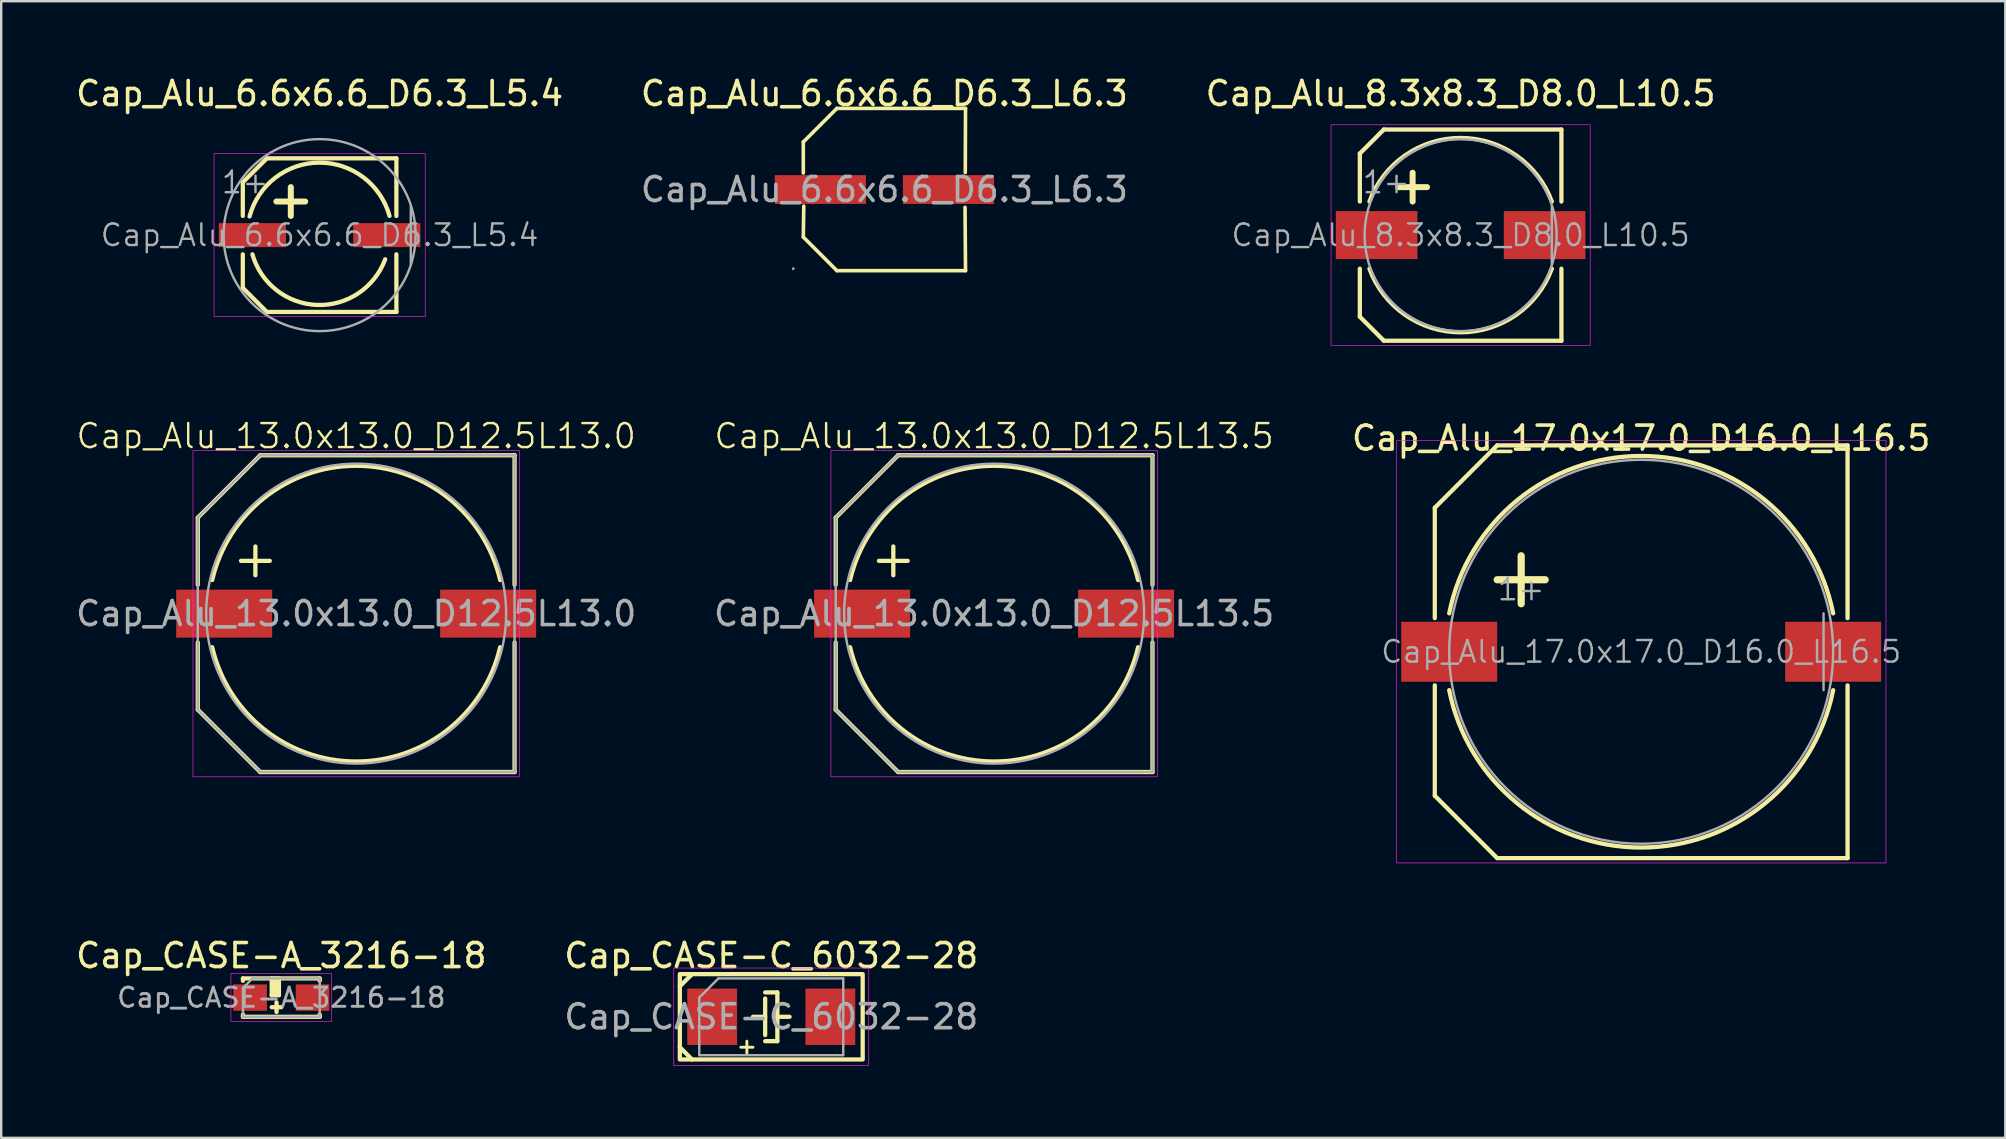
<source format=kicad_pcb>
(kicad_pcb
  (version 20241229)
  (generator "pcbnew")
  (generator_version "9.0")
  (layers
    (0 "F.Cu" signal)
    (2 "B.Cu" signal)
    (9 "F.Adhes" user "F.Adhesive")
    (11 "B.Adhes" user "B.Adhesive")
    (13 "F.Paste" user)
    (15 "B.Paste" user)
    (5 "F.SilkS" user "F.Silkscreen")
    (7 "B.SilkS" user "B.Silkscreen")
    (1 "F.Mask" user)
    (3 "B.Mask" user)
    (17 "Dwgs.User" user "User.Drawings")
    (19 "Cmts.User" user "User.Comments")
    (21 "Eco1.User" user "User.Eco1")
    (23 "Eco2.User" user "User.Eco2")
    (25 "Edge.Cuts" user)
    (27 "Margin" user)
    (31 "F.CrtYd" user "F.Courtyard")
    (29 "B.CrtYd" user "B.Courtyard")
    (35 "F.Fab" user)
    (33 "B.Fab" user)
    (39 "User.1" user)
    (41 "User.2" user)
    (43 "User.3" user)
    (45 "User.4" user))
  (footprint "Cap_CASE-C_6032-28"
    (layer "F.Cu")
    (at 29.089 39.32)
    (property "Reference" "Cap_CASE-C_6032-28" (at 0 -2.55 0) (layer "F.SilkS") (effects (font (size 1 1) (thickness 0.15))))
    (attr smd)
    (fp_line (start -3.81 -1.27) (end -3.302 -1.778) (stroke (width 0.178) (type solid)) (layer "F.SilkS"))
    (fp_line (start -3.81 1.27) (end -3.302 1.778) (stroke (width 0.178) (type solid)) (layer "F.SilkS"))
    (fp_line (start -1.27 1.27) (end -0.762 1.27) (stroke (width 0.12) (type solid)) (layer "F.SilkS"))
    (fp_line (start -1.016 1.016) (end -1.016 1.524) (stroke (width 0.12) (type solid)) (layer "F.SilkS"))
    (fp_line (start -0.762 0) (end -0.254 0) (stroke (width 0.178) (type solid)) (layer "F.SilkS"))
    (fp_line (start -0.254 -1.016) (end 0.254 -1.016) (stroke (width 0.178) (type solid)) (layer "F.SilkS"))
    (fp_line (start -0.254 -0.762) (end -0.254 0.762) (stroke (width 0.178) (type solid)) (layer "F.SilkS"))
    (fp_line (start 0.254 -1.016) (end 0.254 1.016) (stroke (width 0.178) (type solid)) (layer "F.SilkS"))
    (fp_line (start 0.254 1.016) (end -0.254 1.016) (stroke (width 0.178) (type solid)) (layer "F.SilkS"))
    (fp_line (start 0.762 0) (end 0.254 0) (stroke (width 0.178) (type solid)) (layer "F.SilkS"))
    (fp_rect (start 3.81 -1.778) (end -3.81 1.778) (stroke (width 0.178) (type solid)) (fill no) (layer "F.SilkS"))
    (fp_rect (start -4.064 -2.032) (end 4.064 2.032) (stroke (width 0.025) (type solid)) (fill no) (layer "F.CrtYd"))
    (fp_line (start -3 -0.8) (end -3 1.6) (stroke (width 0.1) (type solid)) (layer "F.Fab"))
    (fp_line (start -3 1.6) (end 3 1.6) (stroke (width 0.1) (type solid)) (layer "F.Fab"))
    (fp_line (start -2.2 -1.6) (end -3 -0.8) (stroke (width 0.1) (type solid)) (layer "F.Fab"))
    (fp_line (start 3 -1.6) (end -2.2 -1.6) (stroke (width 0.1) (type solid)) (layer "F.Fab"))
    (fp_line (start 3 1.6) (end 3 -1.6) (stroke (width 0.1) (type solid)) (layer "F.Fab"))
    (fp_text user "${REFERENCE}" (at 0 0 0) (layer "F.Fab") (effects (font (size 1 1) (thickness 0.15))))
    (pad "N" smd rect (at 2.462 0) (size 2.075 2.35) (layers "F.Cu" "F.Mask" "F.Paste"))
    (pad "P" smd rect (at -2.462 0) (size 2.075 2.35) (layers "F.Cu" "F.Mask" "F.Paste")))
  (footprint "Cap_Alu_6.6x6.6_D6.3_L6.3"
    (layer "F.Cu")
    (at 33.804 4.848)
    (property "Reference" "Cap_Alu_6.6x6.6_D6.3_L6.3" (at 0 -4 0) (layer "F.SilkS") (effects (font (size 1 1) (thickness 0.15))))
    (attr smd)
    (fp_line (start -3.38 -1.98) (end -3.38 -0.69) (stroke (width 0.15) (type solid)) (layer "F.SilkS"))
    (fp_line (start -3.38 1.98) (end -3.36 0.69) (stroke (width 0.15) (type solid)) (layer "F.SilkS"))
    (fp_line (start -1.98 -3.38) (end -3.38 -1.98) (stroke (width 0.15) (type solid)) (layer "F.SilkS"))
    (fp_line (start -1.98 3.38) (end -3.38 1.98) (stroke (width 0.15) (type solid)) (layer "F.SilkS"))
    (fp_line (start 3.36 0.74) (end 3.38 3.38) (stroke (width 0.15) (type solid)) (layer "F.SilkS"))
    (fp_line (start 3.37 -0.71) (end 3.38 -3.38) (stroke (width 0.15) (type solid)) (layer "F.SilkS"))
    (fp_line (start 3.38 -3.38) (end -1.98 -3.38) (stroke (width 0.15) (type solid)) (layer "F.SilkS"))
    (fp_line (start 3.38 3.38) (end -1.98 3.38) (stroke (width 0.15) (type solid)) (layer "F.SilkS"))
    (fp_circle (center -3.8 3.3) (end -3.77 3.3) (stroke (width 0.06) (type solid)) (fill no) (layer "F.Fab"))
    (fp_text user "${REFERENCE}" (at 0 0 0) (layer "F.Fab") (effects (font (size 1 1) (thickness 0.15))))
    (pad "N" smd rect (at 2.67 0) (size 3.8 1.2) (layers "F.Cu" "F.Mask" "F.Paste"))
    (pad "P" smd rect (at -2.67 0) (size 3.8 1.2) (layers "F.Cu" "F.Mask" "F.Paste")))
  (footprint "Cap_Alu_6.6x6.6_D6.3_L5.4"
    (layer "F.Cu")
    (at 10.268 6.748)
    (property "Reference" "Cap_Alu_6.6x6.6_D6.3_L5.4" (at 0 -5.9 0) (layer "F.SilkS") (effects (font (size 1 1) (thickness 0.15))))
    (attr smd)
    (fp_line (start -3.2 -2.2) (end -3.2 -0.8) (stroke (width 0.178) (type solid)) (layer "F.SilkS"))
    (fp_line (start -3.2 0.8) (end -3.2 2.2) (stroke (width 0.178) (type solid)) (layer "F.SilkS"))
    (fp_line (start -3.2 2.2) (end -2.2 3.2) (stroke (width 0.178) (type solid)) (layer "F.SilkS"))
    (fp_line (start -2.2 -3.2) (end -3.2 -2.2) (stroke (width 0.178) (type solid)) (layer "F.SilkS"))
    (fp_line (start -2.2 3.2) (end 3.2 3.2) (stroke (width 0.178) (type solid)) (layer "F.SilkS"))
    (fp_line (start -1.8 -1.4) (end -0.6 -1.4) (stroke (width 0.25) (type solid)) (layer "F.SilkS"))
    (fp_line (start -1.2 -2) (end -1.2 -0.8) (stroke (width 0.25) (type solid)) (layer "F.SilkS"))
    (fp_line (start 3.2 -3.2) (end -2.2 -3.2) (stroke (width 0.178) (type solid)) (layer "F.SilkS"))
    (fp_line (start 3.2 -0.8) (end 3.2 -3.2) (stroke (width 0.178) (type solid)) (layer "F.SilkS"))
    (fp_line (start 3.2 3.2) (end 3.2 0.8) (stroke (width 0.178) (type solid)) (layer "F.SilkS"))
    (fp_arc (start -2.919229 -0.778461) (mid -0.011157 -3.02122) (end 2.9134 -0.8) (stroke (width 0.1778) (type solid)) (layer "F.SilkS"))
    (fp_arc (start 2.732496 1.006709) (mid -0.108726 2.910012) (end -2.8 0.8) (stroke (width 0.1778) (type solid)) (layer "F.SilkS"))
    (fp_rect (start -4.4 -3.4) (end 4.4 3.4) (stroke (width 0.025) (type solid)) (fill no) (layer "F.CrtYd"))
    (fp_line (start 3.8 -1.2) (end 3.8 1.2) (stroke (width 0.1) (type solid)) (layer "F.Fab"))
    (fp_circle (center 0 0) (end 4 0) (stroke (width 0.1) (type solid)) (fill no) (layer "F.Fab"))
    (fp_text user "${REFERENCE}" (at 0 0 0) (layer "F.Fab") (effects (font (size 0.9 0.9) (thickness 0.1))))
    (fp_text user "1+" (at -3.1 -2.2 0) (layer "F.Fab") (effects (font (size 0.9 0.9) (thickness 0.1))))
    (pad "N" smd rect (at 2.8 0) (size 2.8 1) (layers "F.Cu" "F.Mask" "F.Paste"))
    (pad "P" smd rect (at -2.8 0) (size 2.8 1) (layers "F.Cu" "F.Mask" "F.Paste")))
  (footprint "Cap_Alu_13.0x13.0_D12.5L13.5"
    (layer "F.Cu")
    (at 38.375 22.521)
    (property "Reference" "Cap_Alu_13.0x13.0_D12.5L13.5" (at 0 -7.4 0) (unlocked yes) (layer "F.SilkS") (effects (font (size 1 1) (thickness 0.1))))
    (attr smd)
    (fp_line (start -6.6 -4) (end -4 -6.6) (stroke (width 0.178) (type default)) (layer "F.SilkS"))
    (fp_line (start -6.6 -1.2) (end -6.6 -4) (stroke (width 0.178) (type default)) (layer "F.SilkS"))
    (fp_line (start -6.6 1.2) (end -6.6 4) (stroke (width 0.178) (type default)) (layer "F.SilkS"))
    (fp_line (start -6.6 4) (end -4 6.6) (stroke (width 0.178) (type default)) (layer "F.SilkS"))
    (fp_line (start -4.8 -2.2) (end -3.6 -2.2) (stroke (width 0.178) (type default)) (layer "F.SilkS"))
    (fp_line (start -4.2 -2.8) (end -4.2 -1.6) (stroke (width 0.178) (type default)) (layer "F.SilkS"))
    (fp_line (start -4 -6.6) (end 6.6 -6.6) (stroke (width 0.178) (type default)) (layer "F.SilkS"))
    (fp_line (start -4 6.6) (end 6.6 6.6) (stroke (width 0.178) (type default)) (layer "F.SilkS"))
    (fp_line (start 6.6 -6.6) (end 6.6 -1.2) (stroke (width 0.178) (type default)) (layer "F.SilkS"))
    (fp_line (start 6.6 6.6) (end 6.6 1.2) (stroke (width 0.178) (type default)) (layer "F.SilkS"))
    (fp_arc (start -5.999999 -1.4) (mid 0 -6.161169) (end 5.999999 -1.4) (stroke (width 0.1778) (type default)) (layer "F.SilkS"))
    (fp_arc (start 5.999999 1.4) (mid 0 6.161169) (end -5.999999 1.4) (stroke (width 0.1778) (type default)) (layer "F.SilkS"))
    (fp_rect (start -6.8 -6.8) (end 6.8 6.8) (stroke (width 0.025) (type default)) (fill no) (layer "F.CrtYd"))
    (fp_line (start -6.6 -4) (end -4 -6.6) (stroke (width 0.1) (type default)) (layer "F.Fab"))
    (fp_line (start -6.6 4) (end -6.6 -4) (stroke (width 0.1) (type default)) (layer "F.Fab"))
    (fp_line (start -4 -6.6) (end 6.6 -6.6) (stroke (width 0.1) (type default)) (layer "F.Fab"))
    (fp_line (start -4 6.6) (end -6.6 4) (stroke (width 0.1) (type default)) (layer "F.Fab"))
    (fp_line (start 6.6 -6.6) (end 6.6 6.6) (stroke (width 0.1) (type default)) (layer "F.Fab"))
    (fp_line (start 6.6 6.6) (end -4 6.6) (stroke (width 0.1) (type default)) (layer "F.Fab"))
    (fp_circle (center 0 0) (end 6.25 0) (stroke (width 0.1) (type default)) (fill no) (layer "F.Fab"))
    (fp_text user "${REFERENCE}" (at 0 0 0) (unlocked yes) (layer "F.Fab") (effects (font (size 1 1) (thickness 0.15))))
    (pad "N" smd rect (at 5.5 0) (size 4 2) (layers "F.Cu" "F.Mask" "F.Paste"))
    (pad "P" smd rect (at -5.5 0) (size 4 2) (layers "F.Cu" "F.Mask" "F.Paste")))
  (footprint "Cap_Alu_17.0x17.0_D16.0_L16.5"
    (layer "F.Cu")
    (at 65.339 24.109)
    (property "Reference" "Cap_Alu_17.0x17.0_D16.0_L16.5" (at 0 -8.9 0) (layer "F.SilkS") (effects (font (size 1 1) (thickness 0.15))))
    (attr smd)
    (fp_line (start -8.6 -6) (end -6 -8.6) (stroke (width 0.178) (type solid)) (layer "F.SilkS"))
    (fp_line (start -8.6 -1.4) (end -8.6 -6) (stroke (width 0.178) (type solid)) (layer "F.SilkS"))
    (fp_line (start -8.6 6) (end -8.6 1.4) (stroke (width 0.178) (type solid)) (layer "F.SilkS"))
    (fp_line (start -6 -8.6) (end 8.6 -8.6) (stroke (width 0.178) (type solid)) (layer "F.SilkS"))
    (fp_line (start -6 -3) (end -4 -3) (stroke (width 0.3) (type solid)) (layer "F.SilkS"))
    (fp_line (start -6 8.6) (end -8.6 6) (stroke (width 0.178) (type solid)) (layer "F.SilkS"))
    (fp_line (start -5 -4) (end -5 -2) (stroke (width 0.3) (type solid)) (layer "F.SilkS"))
    (fp_line (start 8.6 -8.6) (end 8.6 -1.4) (stroke (width 0.178) (type solid)) (layer "F.SilkS"))
    (fp_line (start 8.6 1.4) (end 8.6 8.6) (stroke (width 0.178) (type solid)) (layer "F.SilkS"))
    (fp_line (start 8.6 8.6) (end -6 8.6) (stroke (width 0.178) (type solid)) (layer "F.SilkS"))
    (fp_arc (start -8 -1.6) (mid 0 -8.158431) (end 8 -1.6) (stroke (width 0.1778) (type solid)) (layer "F.SilkS"))
    (fp_arc (start 8 1.6) (mid 0 8.158431) (end -8 1.6) (stroke (width 0.1778) (type solid)) (layer "F.SilkS"))
    (fp_rect (start -10.2 -8.8) (end 10.2 8.8) (stroke (width 0.025) (type solid)) (fill no) (layer "F.CrtYd"))
    (fp_line (start 7.6 -1.6) (end 7.6 1.6) (stroke (width 0.1) (type solid)) (layer "F.Fab"))
    (fp_circle (center 0 0) (end 8 0) (stroke (width 0.1) (type solid)) (fill no) (layer "F.Fab"))
    (fp_text user "1+" (at -5 -2.6 0) (layer "F.Fab") (effects (font (size 0.9 0.9) (thickness 0.1))))
    (fp_text user "${REFERENCE}" (at 0 0 0) (layer "F.Fab") (effects (font (size 0.9 0.9) (thickness 0.1))))
    (pad "N" smd rect (at 8 0) (size 4 2.5) (layers "F.Cu" "F.Mask" "F.Paste"))
    (pad "P" smd rect (at -8 0) (size 4 2.5) (layers "F.Cu" "F.Mask" "F.Paste")))
  (footprint "Cap_Alu_13.0x13.0_D12.5L13.0"
    (layer "F.Cu")
    (at 11.792 22.521)
    (property "Reference" "Cap_Alu_13.0x13.0_D12.5L13.0" (at 0 -7.4 0) (unlocked yes) (layer "F.SilkS") (effects (font (size 1 1) (thickness 0.1))))
    (attr smd)
    (fp_line (start -6.6 -4) (end -4 -6.6) (stroke (width 0.178) (type default)) (layer "F.SilkS"))
    (fp_line (start -6.6 -1.2) (end -6.6 -4) (stroke (width 0.178) (type default)) (layer "F.SilkS"))
    (fp_line (start -6.6 1.2) (end -6.6 4) (stroke (width 0.178) (type default)) (layer "F.SilkS"))
    (fp_line (start -6.6 4) (end -4 6.6) (stroke (width 0.178) (type default)) (layer "F.SilkS"))
    (fp_line (start -4.8 -2.2) (end -3.6 -2.2) (stroke (width 0.178) (type default)) (layer "F.SilkS"))
    (fp_line (start -4.2 -2.8) (end -4.2 -1.6) (stroke (width 0.178) (type default)) (layer "F.SilkS"))
    (fp_line (start -4 -6.6) (end 6.6 -6.6) (stroke (width 0.178) (type default)) (layer "F.SilkS"))
    (fp_line (start -4 6.6) (end 6.6 6.6) (stroke (width 0.178) (type default)) (layer "F.SilkS"))
    (fp_line (start 6.6 -6.6) (end 6.6 -1.2) (stroke (width 0.178) (type default)) (layer "F.SilkS"))
    (fp_line (start 6.6 6.6) (end 6.6 1.2) (stroke (width 0.178) (type default)) (layer "F.SilkS"))
    (fp_arc (start -5.999999 -1.4) (mid 0 -6.161169) (end 5.999999 -1.4) (stroke (width 0.1778) (type default)) (layer "F.SilkS"))
    (fp_arc (start 5.999999 1.4) (mid 0 6.161169) (end -5.999999 1.4) (stroke (width 0.1778) (type default)) (layer "F.SilkS"))
    (fp_rect (start -6.8 -6.8) (end 6.8 6.8) (stroke (width 0.025) (type default)) (fill no) (layer "F.CrtYd"))
    (fp_line (start -6.6 -4) (end -4 -6.6) (stroke (width 0.1) (type default)) (layer "F.Fab"))
    (fp_line (start -6.6 4) (end -6.6 -4) (stroke (width 0.1) (type default)) (layer "F.Fab"))
    (fp_line (start -4 -6.6) (end 6.6 -6.6) (stroke (width 0.1) (type default)) (layer "F.Fab"))
    (fp_line (start -4 6.6) (end -6.6 4) (stroke (width 0.1) (type default)) (layer "F.Fab"))
    (fp_line (start 6.6 -6.6) (end 6.6 6.6) (stroke (width 0.1) (type default)) (layer "F.Fab"))
    (fp_line (start 6.6 6.6) (end -4 6.6) (stroke (width 0.1) (type default)) (layer "F.Fab"))
    (fp_circle (center 0 0) (end 6.25 0) (stroke (width 0.1) (type default)) (fill no) (layer "F.Fab"))
    (fp_text user "${REFERENCE}" (at 0 0 0) (unlocked yes) (layer "F.Fab") (effects (font (size 1 1) (thickness 0.15))))
    (pad "N" smd rect (at 5.5 0) (size 4 2) (layers "F.Cu" "F.Mask" "F.Paste"))
    (pad "P" smd rect (at -5.5 0) (size 4 2) (layers "F.Cu" "F.Mask" "F.Paste")))
  (footprint "Cap_Alu_8.3x8.3_D8.0_L10.5"
    (layer "F.Cu")
    (at 57.815 6.748)
    (property "Reference" "Cap_Alu_8.3x8.3_D8.0_L10.5" (at 0 -5.9 0) (layer "F.SilkS") (effects (font (size 1 1) (thickness 0.15))))
    (attr smd)
    (fp_line (start -4.2 -3.4) (end -4.2 -1.4) (stroke (width 0.178) (type solid)) (layer "F.SilkS"))
    (fp_line (start -4.2 1.4) (end -4.2 3.4) (stroke (width 0.178) (type solid)) (layer "F.SilkS"))
    (fp_line (start -4.2 3.4) (end -3.2 4.4) (stroke (width 0.178) (type solid)) (layer "F.SilkS"))
    (fp_line (start -3.2 -4.4) (end -4.2 -3.4) (stroke (width 0.178) (type solid)) (layer "F.SilkS"))
    (fp_line (start -3.2 4.4) (end 4.2 4.4) (stroke (width 0.178) (type solid)) (layer "F.SilkS"))
    (fp_line (start -2.6 -2) (end -1.4 -2) (stroke (width 0.25) (type solid)) (layer "F.SilkS"))
    (fp_line (start -2 -1.4) (end -2 -2.6) (stroke (width 0.25) (type solid)) (layer "F.SilkS"))
    (fp_line (start 4.2 -4.4) (end -3.2 -4.4) (stroke (width 0.178) (type solid)) (layer "F.SilkS"))
    (fp_line (start 4.2 -1.4) (end 4.2 -4.4) (stroke (width 0.178) (type solid)) (layer "F.SilkS"))
    (fp_line (start 4.2 4.4) (end 4.2 1.4) (stroke (width 0.178) (type solid)) (layer "F.SilkS"))
    (fp_arc (start -3.8 -1.4) (mid 0 -4.049691) (end 3.8 -1.4) (stroke (width 0.1778) (type solid)) (layer "F.SilkS"))
    (fp_arc (start 3.8 1.4) (mid 0 4.049691) (end -3.8 1.4) (stroke (width 0.1778) (type solid)) (layer "F.SilkS"))
    (fp_rect (start -5.4 -4.6) (end 5.4 4.6) (stroke (width 0.025) (type solid)) (fill no) (layer "F.CrtYd"))
    (fp_line (start 3.8 -1.2) (end 3.8 1.2) (stroke (width 0.1) (type solid)) (layer "F.Fab"))
    (fp_circle (center 0 0) (end 4 0) (stroke (width 0.1) (type solid)) (fill no) (layer "F.Fab"))
    (fp_text user "${REFERENCE}" (at 0 0 0) (layer "F.Fab") (effects (font (size 0.9 0.9) (thickness 0.1))))
    (fp_text user "1+" (at -3.1 -2.2 0) (layer "F.Fab") (effects (font (size 0.9 0.9) (thickness 0.1))))
    (pad "N" smd rect (at 3.5 0) (size 3.4 2) (layers "F.Cu" "F.Mask" "F.Paste"))
    (pad "P" smd rect (at -3.5 0) (size 3.4 2) (layers "F.Cu" "F.Mask" "F.Paste")))
  (footprint "Cap_CASE-A_3216-18"
    (layer "F.Cu")
    (at 8.673 38.52)
    (property "Reference" "Cap_CASE-A_3216-18" (at 0 -1.75 0) (layer "F.SilkS") (effects (font (size 1 1) (thickness 0.15))))
    (attr smd)
    (fp_line (start -1.6 -0.8) (end 1.6 -0.8) (stroke (width 0.178) (type solid)) (layer "F.SilkS"))
    (fp_line (start -1.6 -0.7) (end -1.6 -0.8) (stroke (width 0.178) (type solid)) (layer "F.SilkS"))
    (fp_line (start -1.6 0.8) (end -1.6 0.7) (stroke (width 0.178) (type solid)) (layer "F.SilkS"))
    (fp_line (start -1.6 0.8) (end 1.6 0.8) (stroke (width 0.178) (type solid)) (layer "F.SilkS"))
    (fp_line (start -0.4 -0.1) (end -0.4 -0.8) (stroke (width 0.178) (type solid)) (layer "F.SilkS"))
    (fp_line (start -0.4 -0.1) (end -0.1 -0.1) (stroke (width 0.178) (type solid)) (layer "F.SilkS"))
    (fp_line (start -0.254 -0.1) (end -0.254 -0.8) (stroke (width 0.178) (type solid)) (layer "F.SilkS"))
    (fp_line (start -0.2 0.6) (end -0.2 0.2) (stroke (width 0.178) (type solid)) (layer "F.SilkS"))
    (fp_line (start -0.1 -0.1) (end -0.1 -0.8) (stroke (width 0.178) (type solid)) (layer "F.SilkS"))
    (fp_line (start 0 0.4) (end -0.4 0.4) (stroke (width 0.178) (type solid)) (layer "F.SilkS"))
    (fp_line (start 1.6 -0.7) (end 1.6 -0.8) (stroke (width 0.178) (type solid)) (layer "F.SilkS"))
    (fp_line (start 1.6 0.8) (end 1.6 0.7) (stroke (width 0.178) (type solid)) (layer "F.SilkS"))
    (fp_rect (start -2.1 1) (end 2.1 -1) (stroke (width 0.025) (type solid)) (fill no) (layer "F.CrtYd"))
    (fp_line (start -1.6 -0.4) (end -1.6 0.8) (stroke (width 0.1) (type solid)) (layer "F.Fab"))
    (fp_line (start -1.6 0.8) (end 1.6 0.8) (stroke (width 0.1) (type solid)) (layer "F.Fab"))
    (fp_line (start -1.2 -0.8) (end -1.6 -0.4) (stroke (width 0.1) (type solid)) (layer "F.Fab"))
    (fp_line (start 1.6 -0.8) (end -1.2 -0.8) (stroke (width 0.1) (type solid)) (layer "F.Fab"))
    (fp_line (start 1.6 0.8) (end 1.6 -0.8) (stroke (width 0.1) (type solid)) (layer "F.Fab"))
    (fp_text user "${REFERENCE}" (at 0 0 0) (layer "F.Fab") (effects (font (size 0.8 0.8) (thickness 0.12))))
    (pad "N" smd rect (at 1.3 0) (size 1.4 1.1) (layers "F.Cu" "F.Mask" "F.Paste"))
    (pad "P" smd rect (at -1.3 0) (size 1.4 1.1) (layers "F.Cu" "F.Mask" "F.Paste")))
  (gr_rect
    (start -3 -3)
    (end 80.512 44.365)
    (stroke (width 0.1) (type default))
    (fill no)
    (layer "Edge.Cuts")))
</source>
